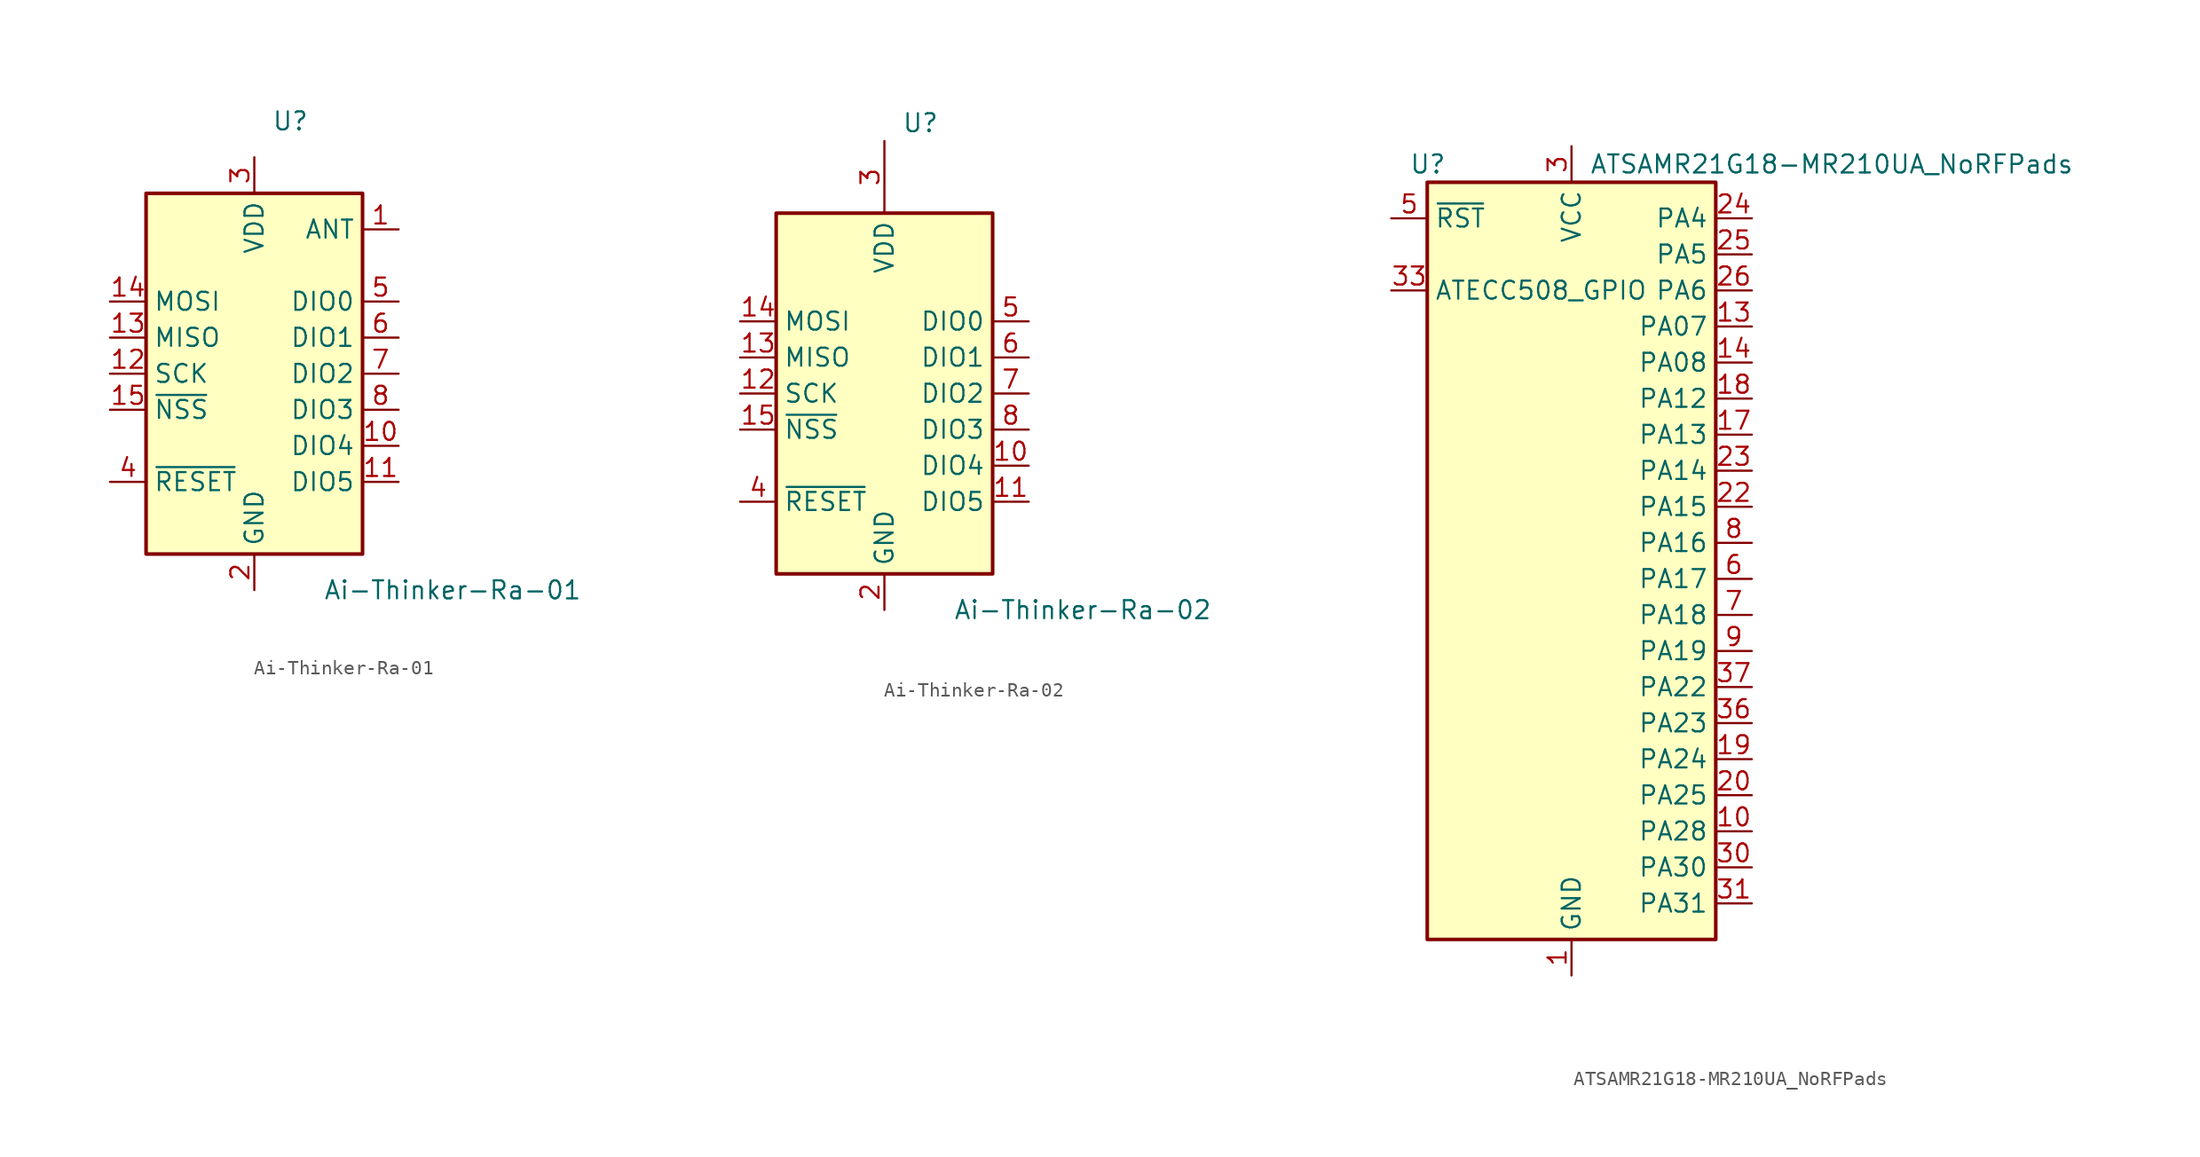
<source format=kicad_sym>
(kicad_symbol_lib
  (version 20201005)
  (generator kicad_symbol_editor)
  (symbol "Ai-Thinker-Ra-01"
    (property "Reference" "U"
      (at 2.54 17.78 0)
      (effects (font (size 1.27 1.27))))
    (property "Value" "Ai-Thinker-Ra-01"
      (at 13.97 -15.24 0)
      (effects (font (size 1.27 1.27))))
    (symbol "Ai-Thinker-Ra-01_0_1"
      (rectangle (start -7.62 12.7) (end 7.62 -12.7) (stroke (width 0.254)) (fill (type background))))
    (symbol "Ai-Thinker-Ra-01_1_1"
      (pin passive line (at 10.16 10.16 180) (length 2.54) (name "ANT" (effects (font (size 1.27 1.27)))) (number "1" (effects (font (size 1.27 1.27)))))
      (pin bidirectional line (at 10.16 -5.08 180) (length 2.54) (name "DIO4" (effects (font (size 1.27 1.27)))) (number "10" (effects (font (size 1.27 1.27)))))
      (pin bidirectional line (at 10.16 -7.62 180) (length 2.54) (name "DIO5" (effects (font (size 1.27 1.27)))) (number "11" (effects (font (size 1.27 1.27)))))
      (pin input line (at -10.16 0 0) (length 2.54) (name "SCK" (effects (font (size 1.27 1.27)))) (number "12" (effects (font (size 1.27 1.27)))))
      (pin output line (at -10.16 2.54 0) (length 2.54) (name "MISO" (effects (font (size 1.27 1.27)))) (number "13" (effects (font (size 1.27 1.27)))))
      (pin input line (at -10.16 5.08 0) (length 2.54) (name "MOSI" (effects (font (size 1.27 1.27)))) (number "14" (effects (font (size 1.27 1.27)))))
      (pin input line (at -10.16 -2.54 0) (length 2.54) (name "~NSS" (effects (font (size 1.27 1.27)))) (number "15" (effects (font (size 1.27 1.27)))))
      (pin passive line (at 0 -15.24 90) (length 2.54) hide (name "GND" (effects (font (size 1.27 1.27)))) (number "16" (effects (font (size 1.27 1.27)))))
      (pin power_in line (at 0 -15.24 90) (length 2.54) (name "GND" (effects (font (size 1.27 1.27)))) (number "2" (effects (font (size 1.27 1.27)))))
      (pin power_in line (at 0 15.24 270) (length 2.54) (name "VDD" (effects (font (size 1.27 1.27)))) (number "3" (effects (font (size 1.27 1.27)))))
      (pin input line (at -10.16 -7.62 0) (length 2.54) (name "~RESET" (effects (font (size 1.27 1.27)))) (number "4" (effects (font (size 1.27 1.27)))))
      (pin bidirectional line (at 10.16 5.08 180) (length 2.54) (name "DIO0" (effects (font (size 1.27 1.27)))) (number "5" (effects (font (size 1.27 1.27)))))
      (pin bidirectional line (at 10.16 2.54 180) (length 2.54) (name "DIO1" (effects (font (size 1.27 1.27)))) (number "6" (effects (font (size 1.27 1.27)))))
      (pin bidirectional line (at 10.16 0 180) (length 2.54) (name "DIO2" (effects (font (size 1.27 1.27)))) (number "7" (effects (font (size 1.27 1.27)))))
      (pin bidirectional line (at 10.16 -2.54 180) (length 2.54) (name "DIO3" (effects (font (size 1.27 1.27)))) (number "8" (effects (font (size 1.27 1.27)))))
      (pin passive line (at 0 -15.24 90) (length 2.54) hide (name "GND" (effects (font (size 1.27 1.27)))) (number "9" (effects (font (size 1.27 1.27)))))))
  (symbol "Ai-Thinker-Ra-02"
    (property "Reference" "U"
      (at 2.54 19.05 0)
      (effects (font (size 1.27 1.27))))
    (property "Value" "Ai-Thinker-Ra-02"
      (at 13.97 -15.24 0)
      (effects (font (size 1.27 1.27))))
    (symbol "Ai-Thinker-Ra-02_0_1"
      (rectangle (start -7.62 12.7) (end 7.62 -12.7) (stroke (width 0.254)) (fill (type background))))
    (symbol "Ai-Thinker-Ra-02_1_1"
      (pin passive line (at 0 -15.24 90) (length 2.54) hide (name "GND" (effects (font (size 1.27 1.27)))) (number "1" (effects (font (size 1.27 1.27)))))
      (pin bidirectional line (at 10.16 -5.08 180) (length 2.54) (name "DIO4" (effects (font (size 1.27 1.27)))) (number "10" (effects (font (size 1.27 1.27)))))
      (pin bidirectional line (at 10.16 -7.62 180) (length 2.54) (name "DIO5" (effects (font (size 1.27 1.27)))) (number "11" (effects (font (size 1.27 1.27)))))
      (pin input line (at -10.16 0 0) (length 2.54) (name "SCK" (effects (font (size 1.27 1.27)))) (number "12" (effects (font (size 1.27 1.27)))))
      (pin output line (at -10.16 2.54 0) (length 2.54) (name "MISO" (effects (font (size 1.27 1.27)))) (number "13" (effects (font (size 1.27 1.27)))))
      (pin input line (at -10.16 5.08 0) (length 2.54) (name "MOSI" (effects (font (size 1.27 1.27)))) (number "14" (effects (font (size 1.27 1.27)))))
      (pin input line (at -10.16 -2.54 0) (length 2.54) (name "~NSS" (effects (font (size 1.27 1.27)))) (number "15" (effects (font (size 1.27 1.27)))))
      (pin passive line (at 0 -15.24 90) (length 2.54) hide (name "GND" (effects (font (size 1.27 1.27)))) (number "16" (effects (font (size 1.27 1.27)))))
      (pin power_in line (at 0 -15.24 90) (length 2.54) (name "GND" (effects (font (size 1.27 1.27)))) (number "2" (effects (font (size 1.27 1.27)))))
      (pin power_in line (at 0 17.78 270) (length 5.08) (name "VDD" (effects (font (size 1.27 1.27)))) (number "3" (effects (font (size 1.27 1.27)))))
      (pin input line (at -10.16 -7.62 0) (length 2.54) (name "~RESET" (effects (font (size 1.27 1.27)))) (number "4" (effects (font (size 1.27 1.27)))))
      (pin bidirectional line (at 10.16 5.08 180) (length 2.54) (name "DIO0" (effects (font (size 1.27 1.27)))) (number "5" (effects (font (size 1.27 1.27)))))
      (pin bidirectional line (at 10.16 2.54 180) (length 2.54) (name "DIO1" (effects (font (size 1.27 1.27)))) (number "6" (effects (font (size 1.27 1.27)))))
      (pin bidirectional line (at 10.16 0 180) (length 2.54) (name "DIO2" (effects (font (size 1.27 1.27)))) (number "7" (effects (font (size 1.27 1.27)))))
      (pin bidirectional line (at 10.16 -2.54 180) (length 2.54) (name "DIO3" (effects (font (size 1.27 1.27)))) (number "8" (effects (font (size 1.27 1.27)))))
      (pin passive line (at 0 -15.24 90) (length 2.54) hide (name "GND" (effects (font (size 1.27 1.27)))) (number "9" (effects (font (size 1.27 1.27)))))))
  (symbol "ATSAMR21G18-MR210UA_NoRFPads"
    (property "Reference" "U"
      (at -11.43 29.21 0)
      (effects (font (size 1.27 1.27)) (justify left)))
    (property "Value" "ATSAMR21G18-MR210UA_NoRFPads"
      (at 1.27 29.21 0)
      (effects (font (size 1.27 1.27)) (justify left)))
    (symbol "ATSAMR21G18-MR210UA_NoRFPads_1_1"
      (rectangle (start -10.16 27.94) (end 10.16 -25.4) (stroke (width 0.254)) (fill (type background)))
      (pin power_in line (at 0 -27.94 90) (length 2.54) (name "GND" (effects (font (size 1.27 1.27)))) (number "1" (effects (font (size 1.27 1.27)))))
      (pin bidirectional line (at 12.7 -17.78 180) (length 2.54) (name "PA28" (effects (font (size 1.27 1.27)))) (number "10" (effects (font (size 1.27 1.27)))))
      (pin no_connect line (at -10.16 15.24 0) (length 2.54) hide (name "NC" (effects (font (size 1.27 1.27)))) (number "11" (effects (font (size 1.27 1.27)))))
      (pin passive line (at 0 -27.94 90) (length 2.54) hide (name "GND" (effects (font (size 1.27 1.27)))) (number "12" (effects (font (size 1.27 1.27)))))
      (pin bidirectional line (at 12.7 17.78 180) (length 2.54) (name "PA07" (effects (font (size 1.27 1.27)))) (number "13" (effects (font (size 1.27 1.27)))))
      (pin bidirectional line (at 12.7 15.24 180) (length 2.54) (name "PA08" (effects (font (size 1.27 1.27)))) (number "14" (effects (font (size 1.27 1.27)))))
      (pin no_connect line (at -10.16 12.7 0) (length 2.54) hide (name "NC" (effects (font (size 1.27 1.27)))) (number "15" (effects (font (size 1.27 1.27)))))
      (pin no_connect line (at -10.16 10.16 0) (length 2.54) hide (name "NC" (effects (font (size 1.27 1.27)))) (number "16" (effects (font (size 1.27 1.27)))))
      (pin bidirectional line (at 12.7 10.16 180) (length 2.54) (name "PA13" (effects (font (size 1.27 1.27)))) (number "17" (effects (font (size 1.27 1.27)))))
      (pin bidirectional line (at 12.7 12.7 180) (length 2.54) (name "PA12" (effects (font (size 1.27 1.27)))) (number "18" (effects (font (size 1.27 1.27)))))
      (pin bidirectional line (at 12.7 -12.7 180) (length 2.54) (name "PA24" (effects (font (size 1.27 1.27)))) (number "19" (effects (font (size 1.27 1.27)))))
      (pin passive line (at 0 -27.94 90) (length 2.54) hide (name "GND" (effects (font (size 1.27 1.27)))) (number "2" (effects (font (size 1.27 1.27)))))
      (pin bidirectional line (at 12.7 -15.24 180) (length 2.54) (name "PA25" (effects (font (size 1.27 1.27)))) (number "20" (effects (font (size 1.27 1.27)))))
      (pin no_connect line (at -10.16 7.62 0) (length 2.54) hide (name "NC" (effects (font (size 1.27 1.27)))) (number "21" (effects (font (size 1.27 1.27)))))
      (pin bidirectional line (at 12.7 5.08 180) (length 2.54) (name "PA15" (effects (font (size 1.27 1.27)))) (number "22" (effects (font (size 1.27 1.27)))))
      (pin bidirectional line (at 12.7 7.62 180) (length 2.54) (name "PA14" (effects (font (size 1.27 1.27)))) (number "23" (effects (font (size 1.27 1.27)))))
      (pin bidirectional line (at 12.7 25.4 180) (length 2.54) (name "PA4" (effects (font (size 1.27 1.27)))) (number "24" (effects (font (size 1.27 1.27)))))
      (pin bidirectional line (at 12.7 22.86 180) (length 2.54) (name "PA5" (effects (font (size 1.27 1.27)))) (number "25" (effects (font (size 1.27 1.27)))))
      (pin bidirectional line (at 12.7 20.32 180) (length 2.54) (name "PA6" (effects (font (size 1.27 1.27)))) (number "26" (effects (font (size 1.27 1.27)))))
      (pin no_connect line (at -10.16 5.08 0) (length 2.54) hide (name "NC" (effects (font (size 1.27 1.27)))) (number "27" (effects (font (size 1.27 1.27)))))
      (pin no_connect line (at -10.16 2.54 0) (length 2.54) hide (name "NC" (effects (font (size 1.27 1.27)))) (number "28" (effects (font (size 1.27 1.27)))))
      (pin passive line (at 0 -27.94 90) (length 2.54) hide (name "GND" (effects (font (size 1.27 1.27)))) (number "29" (effects (font (size 1.27 1.27)))))
      (pin power_in line (at 0 30.48 270) (length 2.54) (name "VCC" (effects (font (size 1.27 1.27)))) (number "3" (effects (font (size 1.27 1.27)))))
      (pin bidirectional line (at 12.7 -20.32 180) (length 2.54) (name "PA30" (effects (font (size 1.27 1.27)))) (number "30" (effects (font (size 1.27 1.27)))))
      (pin bidirectional line (at 12.7 -22.86 180) (length 2.54) (name "PA31" (effects (font (size 1.27 1.27)))) (number "31" (effects (font (size 1.27 1.27)))))
      (pin no_connect line (at -10.16 0 0) (length 2.54) hide (name "NC" (effects (font (size 1.27 1.27)))) (number "32" (effects (font (size 1.27 1.27)))))
      (pin bidirectional line (at -12.7 20.32 0) (length 2.54) (name "ATECC508_GPIO" (effects (font (size 1.27 1.27)))) (number "33" (effects (font (size 1.27 1.27)))))
      (pin no_connect line (at -10.16 -2.54 0) (length 2.54) hide (name "NC" (effects (font (size 1.27 1.27)))) (number "34" (effects (font (size 1.27 1.27)))))
      (pin no_connect line (at -10.16 -5.08 0) (length 2.54) hide (name "NC" (effects (font (size 1.27 1.27)))) (number "35" (effects (font (size 1.27 1.27)))))
      (pin bidirectional line (at 12.7 -10.16 180) (length 2.54) (name "PA23" (effects (font (size 1.27 1.27)))) (number "36" (effects (font (size 1.27 1.27)))))
      (pin bidirectional line (at 12.7 -7.62 180) (length 2.54) (name "PA22" (effects (font (size 1.27 1.27)))) (number "37" (effects (font (size 1.27 1.27)))))
      (pin no_connect line (at -10.16 -7.62 0) (length 2.54) hide (name "NC" (effects (font (size 1.27 1.27)))) (number "38" (effects (font (size 1.27 1.27)))))
      (pin no_connect line (at -10.16 -10.16 0) (length 2.54) hide (name "NC" (effects (font (size 1.27 1.27)))) (number "39" (effects (font (size 1.27 1.27)))))
      (pin passive line (at 0 30.48 270) (length 2.54) hide (name "VCC" (effects (font (size 1.27 1.27)))) (number "4" (effects (font (size 1.27 1.27)))))
      (pin no_connect line (at -10.16 -12.7 0) (length 2.54) hide (name "NC" (effects (font (size 1.27 1.27)))) (number "40" (effects (font (size 1.27 1.27)))))
      (pin passive line (at 0 -27.94 90) (length 2.54) hide (name "GND" (effects (font (size 1.27 1.27)))) (number "41" (effects (font (size 1.27 1.27)))))
      (pin passive line (at 0 -27.94 90) (length 2.54) hide (name "GND" (effects (font (size 1.27 1.27)))) (number "42" (effects (font (size 1.27 1.27)))))
      (pin input line (at -12.7 25.4 0) (length 2.54) (name "~RST" (effects (font (size 1.27 1.27)))) (number "5" (effects (font (size 1.27 1.27)))))
      (pin bidirectional line (at 12.7 0 180) (length 2.54) (name "PA17" (effects (font (size 1.27 1.27)))) (number "6" (effects (font (size 1.27 1.27)))))
      (pin bidirectional line (at 12.7 -2.54 180) (length 2.54) (name "PA18" (effects (font (size 1.27 1.27)))) (number "7" (effects (font (size 1.27 1.27)))))
      (pin bidirectional line (at 12.7 2.54 180) (length 2.54) (name "PA16" (effects (font (size 1.27 1.27)))) (number "8" (effects (font (size 1.27 1.27)))))
      (pin bidirectional line (at 12.7 -5.08 180) (length 2.54) (name "PA19" (effects (font (size 1.27 1.27)))) (number "9" (effects (font (size 1.27 1.27))))))))
</source>
